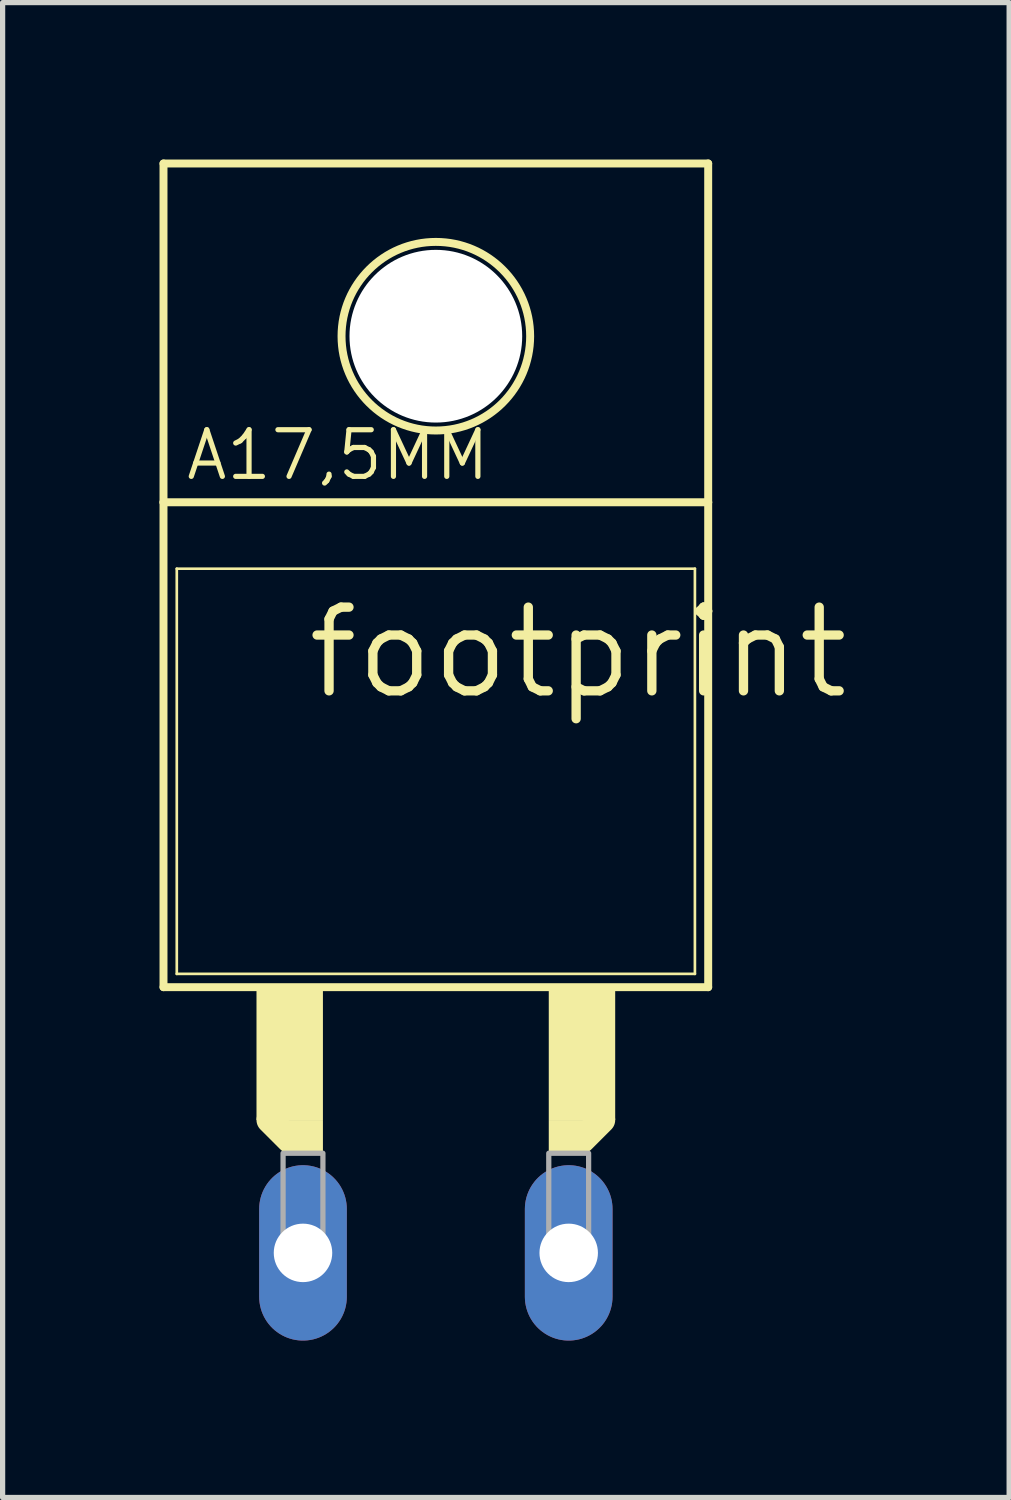
<source format=kicad_pcb>
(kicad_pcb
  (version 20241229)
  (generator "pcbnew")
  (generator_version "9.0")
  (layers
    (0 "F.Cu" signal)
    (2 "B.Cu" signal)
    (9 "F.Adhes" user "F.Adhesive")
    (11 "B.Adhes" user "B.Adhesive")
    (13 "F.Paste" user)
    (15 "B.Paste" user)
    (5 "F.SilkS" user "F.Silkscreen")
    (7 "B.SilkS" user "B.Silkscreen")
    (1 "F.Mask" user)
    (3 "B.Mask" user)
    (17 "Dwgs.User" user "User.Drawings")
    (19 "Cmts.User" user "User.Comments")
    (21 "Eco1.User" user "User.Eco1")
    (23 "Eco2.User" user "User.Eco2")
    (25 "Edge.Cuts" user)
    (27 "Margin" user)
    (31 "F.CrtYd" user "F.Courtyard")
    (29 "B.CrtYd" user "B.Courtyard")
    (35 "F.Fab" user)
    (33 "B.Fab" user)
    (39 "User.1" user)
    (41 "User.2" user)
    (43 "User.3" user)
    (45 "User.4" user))
  (footprint "footprint"
    (layer "F.Cu")
    (at 5.283 14.554)
    (property "Reference" "footprint" (at -2.54 -4.191 0) (layer "F.SilkS") (effects (font (size 1.6 1.6) (thickness 0.178)) (justify left bottom)))
    (fp_line (start -5.207 -8.001) (end -5.207 -14.478) (stroke (width 0.152) (type solid)) (layer "F.SilkS"))
    (fp_line (start -5.207 1.27) (end -5.207 -8.001) (stroke (width 0.152) (type solid)) (layer "F.SilkS"))
    (fp_line (start -5.207 1.27) (end 5.207 1.27) (stroke (width 0.152) (type solid)) (layer "F.SilkS"))
    (fp_line (start -4.953 -6.731) (end -4.953 1.016) (stroke (width 0.051) (type solid)) (layer "F.SilkS"))
    (fp_line (start -2.794 4.191) (end -3.175 3.81) (stroke (width 0.508) (type solid)) (layer "F.SilkS"))
    (fp_line (start 3.175 3.81) (end 2.794 4.191) (stroke (width 0.508) (type solid)) (layer "F.SilkS"))
    (fp_line (start 4.953 -6.731) (end -4.953 -6.731) (stroke (width 0.051) (type solid)) (layer "F.SilkS"))
    (fp_line (start 4.953 -6.731) (end 4.953 1.016) (stroke (width 0.051) (type solid)) (layer "F.SilkS"))
    (fp_line (start 4.953 1.016) (end -4.953 1.016) (stroke (width 0.051) (type solid)) (layer "F.SilkS"))
    (fp_line (start 5.207 -14.478) (end -5.207 -14.478) (stroke (width 0.152) (type solid)) (layer "F.SilkS"))
    (fp_line (start 5.207 -8.001) (end -5.207 -8.001) (stroke (width 0.152) (type solid)) (layer "F.SilkS"))
    (fp_line (start 5.207 -8.001) (end 5.207 -14.478) (stroke (width 0.152) (type solid)) (layer "F.SilkS"))
    (fp_line (start 5.207 1.27) (end 5.207 -8.001) (stroke (width 0.152) (type solid)) (layer "F.SilkS"))
    (fp_circle (center 0 -11.176) (end 1.803 -11.176) (stroke (width 0.152) (type solid)) (fill no) (layer "F.SilkS"))
    (fp_poly (pts (xy -3.429 3.81) (xy -2.159 3.81) (xy -2.159 1.27) (xy -3.429 1.27)) (stroke (width 0) (type solid)) (fill yes) (layer "F.SilkS"))
    (fp_poly (pts (xy -2.921 4.445) (xy -2.159 4.445) (xy -2.159 3.81) (xy -2.921 3.81)) (stroke (width 0) (type solid)) (fill yes) (layer "F.SilkS"))
    (fp_poly (pts (xy 2.159 3.81) (xy 3.429 3.81) (xy 3.429 1.27) (xy 2.159 1.27)) (stroke (width 0) (type solid)) (fill yes) (layer "F.SilkS"))
    (fp_poly (pts (xy 2.159 4.445) (xy 2.921 4.445) (xy 2.921 3.81) (xy 2.159 3.81)) (stroke (width 0) (type solid)) (fill yes) (layer "F.SilkS"))
    (fp_poly (pts (xy -2.921 6.35) (xy -2.159 6.35) (xy -2.159 4.445) (xy -2.921 4.445)) (stroke (width 0.1) (type solid)) (fill no) (layer "F.Fab"))
    (fp_poly (pts (xy 2.159 6.35) (xy 2.921 6.35) (xy 2.921 4.445) (xy 2.159 4.445)) (stroke (width 0.1) (type solid)) (fill no) (layer "F.Fab"))
    (fp_text user "A17,5MM" (at -4.826 -8.382 0) (layer "F.SilkS") (effects (font (size 0.892 0.892) (thickness 0.099)) (justify left bottom)))
    (pad "" np_thru_hole circle (at 0 -11.176) (size 3.302 3.302) (drill 3.302) (layers "*.Cu" "*.Mask"))
    (pad "A" thru_hole oval (at -2.54 6.35 90) (size 3.353 1.676) (drill 1.118) (layers "*.Cu" "*.Mask"))
    (pad "C" thru_hole oval (at 2.54 6.35 90) (size 3.353 1.676) (drill 1.118) (layers "*.Cu" "*.Mask"))
    (zone (net_name "") (layers "F.Cu" "B.Cu") (hatch edge 0.508) (connect_pads) (min_thickness 0.254) (filled_areas_thickness no) (keepout (tracks allowed) (vias not_allowed) (pads allowed) (copperpour allowed) (footprints allowed)) (placement (enabled no)) (fill) (polygon (pts (xy 8.204 3.378) (xy 8.16 2.871) (xy 8.028 2.379) (xy 7.813 1.918) (xy 7.521 1.501) (xy 7.161 1.141) (xy 6.744 0.849) (xy 6.282 0.633) (xy 5.79 0.502) (xy 5.283 0.457) (xy 4.776 0.502) (xy 4.284 0.633) (xy 3.823 0.849) (xy 3.406 1.141) (xy 3.046 1.501) (xy 2.754 1.918) (xy 2.538 2.379) (xy 2.407 2.871) (xy 2.362 3.378) (xy 2.407 3.885) (xy 2.538 4.377) (xy 2.754 4.839) (xy 3.046 5.256) (xy 3.406 5.616) (xy 3.823 5.908) (xy 4.284 6.123) (xy 4.776 6.255) (xy 5.283 6.299) (xy 5.79 6.255) (xy 6.282 6.123) (xy 6.744 5.908) (xy 7.161 5.616) (xy 7.521 5.256) (xy 7.813 4.839) (xy 8.028 4.377) (xy 8.16 3.885))))
    (zone (net_name "") (layer "B.Cu") (hatch edge 0.508) (connect_pads) (min_thickness 0.254) (filled_areas_thickness no) (keepout (tracks not_allowed) (vias not_allowed) (pads not_allowed) (copperpour not_allowed) (footprints allowed)) (placement (enabled no)) (fill) (polygon (pts (xy 8.204 3.378) (xy 8.16 2.871) (xy 8.028 2.379) (xy 7.813 1.918) (xy 7.521 1.501) (xy 7.161 1.141) (xy 6.744 0.849) (xy 6.282 0.633) (xy 5.79 0.502) (xy 5.283 0.457) (xy 4.776 0.502) (xy 4.284 0.633) (xy 3.823 0.849) (xy 3.406 1.141) (xy 3.046 1.501) (xy 2.754 1.918) (xy 2.538 2.379) (xy 2.407 2.871) (xy 2.362 3.378) (xy 2.407 3.885) (xy 2.538 4.377) (xy 2.754 4.839) (xy 3.046 5.256) (xy 3.406 5.616) (xy 3.823 5.908) (xy 4.284 6.123) (xy 4.776 6.255) (xy 5.283 6.299) (xy 5.79 6.255) (xy 6.282 6.123) (xy 6.744 5.908) (xy 7.161 5.616) (xy 7.521 5.256) (xy 7.813 4.839) (xy 8.028 4.377) (xy 8.16 3.885)))))
  (gr_rect
    (start -3 -3)
    (end 16.244 25.581)
    (stroke (width 0.1) (type default))
    (fill no)
    (layer "Edge.Cuts")))
</source>
